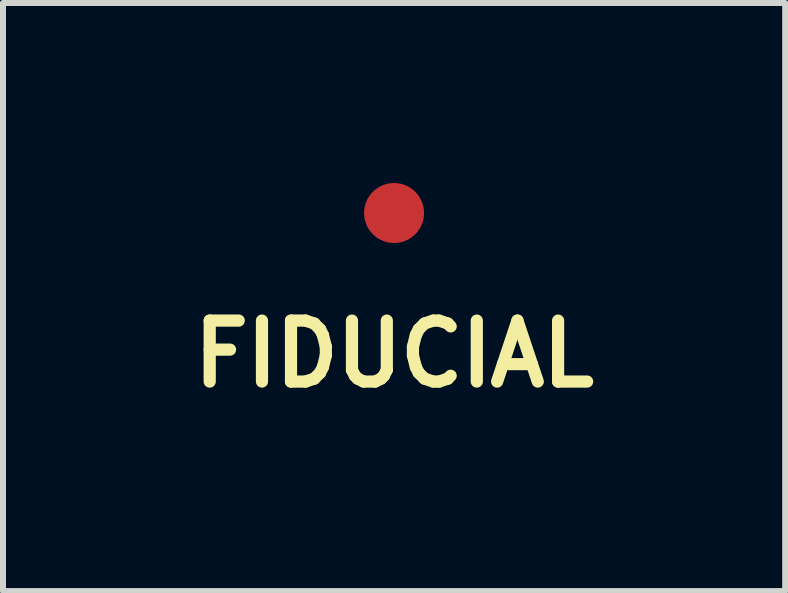
<source format=kicad_pcb>
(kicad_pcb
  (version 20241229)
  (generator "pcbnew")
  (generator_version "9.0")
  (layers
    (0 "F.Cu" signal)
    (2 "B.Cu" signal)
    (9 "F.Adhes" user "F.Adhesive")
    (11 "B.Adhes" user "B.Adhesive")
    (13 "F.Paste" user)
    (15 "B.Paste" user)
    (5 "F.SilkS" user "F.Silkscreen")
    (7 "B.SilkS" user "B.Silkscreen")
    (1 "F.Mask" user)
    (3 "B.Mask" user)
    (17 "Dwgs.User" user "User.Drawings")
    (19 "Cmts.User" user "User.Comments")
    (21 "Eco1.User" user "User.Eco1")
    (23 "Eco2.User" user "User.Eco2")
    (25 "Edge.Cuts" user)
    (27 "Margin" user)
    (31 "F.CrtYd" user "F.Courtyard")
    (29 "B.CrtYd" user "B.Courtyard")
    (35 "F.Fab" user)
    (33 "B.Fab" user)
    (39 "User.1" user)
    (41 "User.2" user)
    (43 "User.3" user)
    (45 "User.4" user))
  (footprint "FIDUCIAL"
    (layer "F.Cu")
    (at 3.517 0.5)
    (property "Reference" "FIDUCIAL" (at 0 2.349 0) (layer "F.SilkS") (effects (font (size 1.016 1.016) (thickness 0.203))))
    (attr through_hole)
    (pad "1" smd circle (at 0 0) (size 1 1) (layers "F.Cu" "F.Mask" "F.Paste")))
  (gr_rect
    (start -3 -3)
    (end 10.035 6.8)
    (stroke (width 0.1) (type default))
    (fill no)
    (layer "Edge.Cuts")))
</source>
